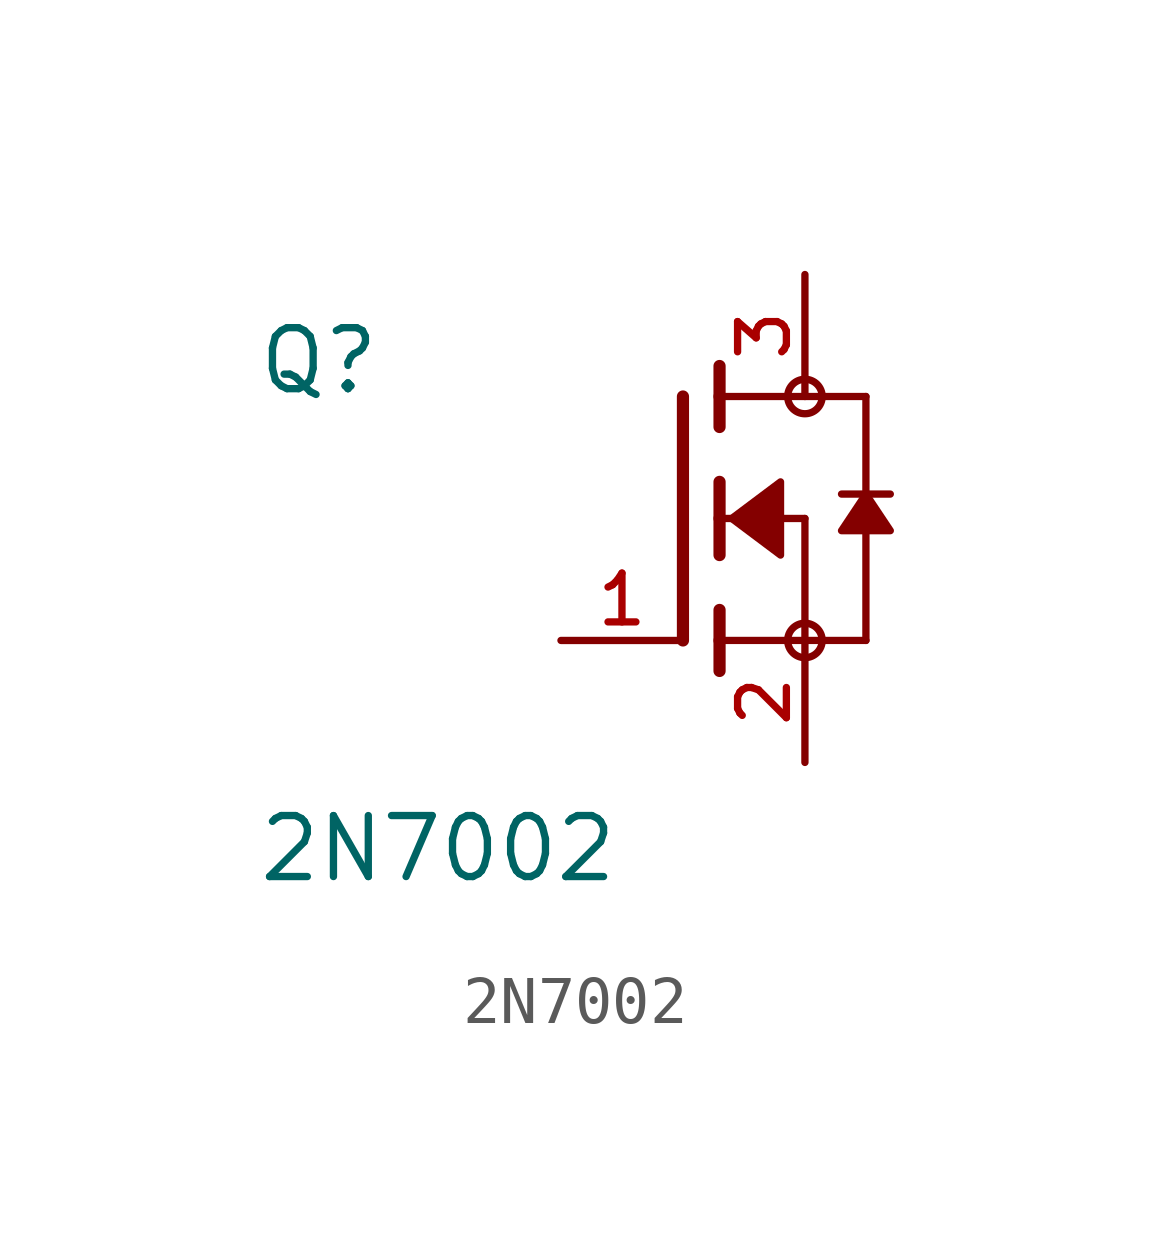
<source format=kicad_sym>
(kicad_symbol_lib
  (version 20211014)
  (generator kicad_symbol_editor)
  (symbol "2N7002"
    (pin_names
      (offset 1.016))
    (property "Reference" "Q"
      (at -8.89 2.54 0)
      (effects (font (size 1.27 1.27)) (justify bottom left)))
    (property "Value" "2N7002"
      (at -8.89 -7.62 0)
      (effects (font (size 1.27 1.27)) (justify bottom left)))
    (symbol "2N7002_0_0"
      (polyline (pts (xy 0.762 0.762) (xy 0.762 0.0)) (stroke (width 0.254)))
      (polyline (pts (xy 0.762 0.0) (xy 0.762 -0.762)) (stroke (width 0.254)))
      (polyline (pts (xy 0.762 3.175) (xy 0.762 2.54)) (stroke (width 0.254)))
      (polyline (pts (xy 0.762 2.54) (xy 0.762 1.905)) (stroke (width 0.254)))
      (polyline (pts (xy 0.762 0.0) (xy 2.54 0.0)) (stroke (width 0.152)))
      (polyline (pts (xy 2.54 0.0) (xy 2.54 -2.54)) (stroke (width 0.152)))
      (polyline (pts (xy 0.762 -1.905) (xy 0.762 -2.54)) (stroke (width 0.254)))
      (polyline (pts (xy 0.762 -2.54) (xy 0.762 -3.175)) (stroke (width 0.254)))
      (polyline (pts (xy 0.0 2.54) (xy 0.0 -2.54)) (stroke (width 0.254)))
      (polyline (pts (xy 2.54 -2.54) (xy 0.762 -2.54)) (stroke (width 0.152)))
      (polyline (pts (xy 3.81 2.54) (xy 3.81 0.508)) (stroke (width 0.152)))
      (polyline (pts (xy 3.81 0.508) (xy 3.81 -2.54)) (stroke (width 0.152)))
      (polyline (pts (xy 2.54 -2.54) (xy 3.81 -2.54)) (stroke (width 0.152)))
      (polyline (pts (xy 0.762 2.54) (xy 3.81 2.54)) (stroke (width 0.152)))
      (polyline (pts (xy 4.318 0.508) (xy 3.81 0.508)) (stroke (width 0.152)))
      (polyline (pts (xy 3.81 0.508) (xy 3.302 0.508)) (stroke (width 0.152)))
      (circle (center 2.54 -2.54) (radius 0.359) (stroke (width 0.0)) (fill (type none)))
      (circle (center 2.54 2.54) (radius 0.359) (stroke (width 0.0)) (fill (type none)))
      (polyline (pts (xy 3.81 0.508) (xy 3.302 -0.254) (xy 4.318 -0.254) (xy 3.81 0.508)) (stroke (width 0.152)) (fill (type outline)))
      (polyline (pts (xy 1.016 0.0) (xy 2.032 0.762) (xy 2.032 -0.762) (xy 1.016 0.0)) (stroke (width 0.152)) (fill (type outline)))
      (pin passive line (at 2.54 -5.08 90.0) (length 2.54) (name "~" (effects (font (size 1.016 1.016)))) (number "2" (effects (font (size 1.016 1.016)))))
      (pin passive line (at -2.54 -2.54 0) (length 2.54) (name "~" (effects (font (size 1.016 1.016)))) (number "1" (effects (font (size 1.016 1.016)))))
      (pin passive line (at 2.54 5.08 270.0) (length 2.54) (name "~" (effects (font (size 1.016 1.016)))) (number "3" (effects (font (size 1.016 1.016))))))))
</source>
